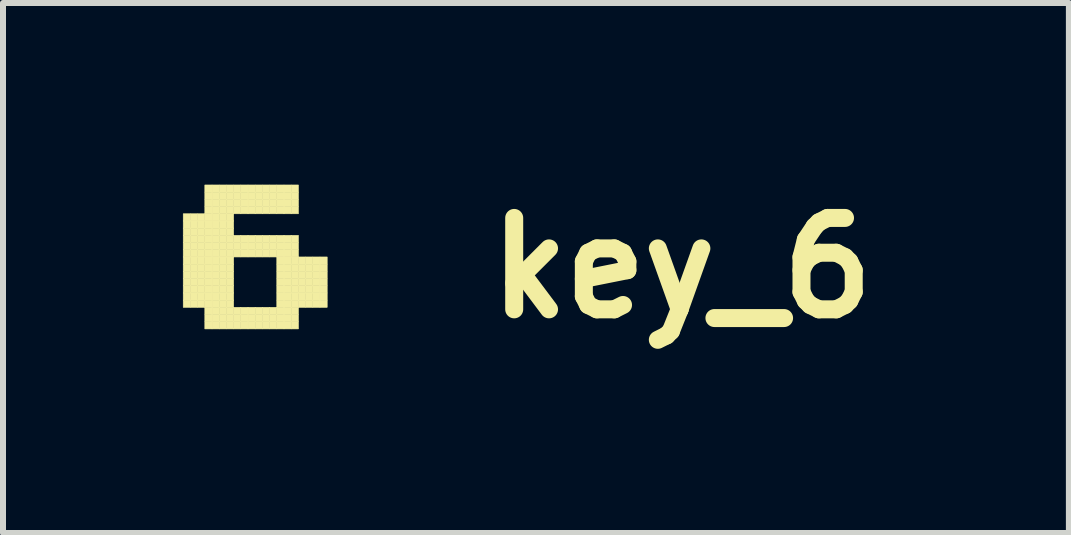
<source format=kicad_pcb>
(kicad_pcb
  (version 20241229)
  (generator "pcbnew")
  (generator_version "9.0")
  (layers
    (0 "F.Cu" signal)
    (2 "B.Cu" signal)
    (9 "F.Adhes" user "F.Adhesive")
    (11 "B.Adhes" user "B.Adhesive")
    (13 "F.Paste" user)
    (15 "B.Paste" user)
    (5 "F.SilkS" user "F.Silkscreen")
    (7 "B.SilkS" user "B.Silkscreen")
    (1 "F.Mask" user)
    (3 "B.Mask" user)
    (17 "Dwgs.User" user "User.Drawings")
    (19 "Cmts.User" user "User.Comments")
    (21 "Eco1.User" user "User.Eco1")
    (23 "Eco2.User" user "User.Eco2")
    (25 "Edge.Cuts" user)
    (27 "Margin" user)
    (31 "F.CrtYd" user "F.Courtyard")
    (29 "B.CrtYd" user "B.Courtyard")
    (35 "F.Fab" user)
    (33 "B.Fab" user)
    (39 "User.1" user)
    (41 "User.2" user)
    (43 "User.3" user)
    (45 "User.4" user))
  (footprint "key_6"
    (layer "F.Cu")
    (at 1.205 1.418)
    (property "Reference" "key_6" (at 7.112 0 0) (layer "F.SilkS") (effects (font (size 1.524 1.524) (thickness 0.3))))
    (attr through_hole)
    (fp_poly (pts (xy -1.2 -0.904) (xy -1.08 -0.904) (xy -1.08 -0.784) (xy -1.2 -0.784) (xy -1.2 -0.904)) (stroke (width 0.01) (type solid)) (fill yes) (layer "F.SilkS"))
    (fp_poly (pts (xy -1.2 -0.784) (xy -1.08 -0.784) (xy -1.08 -0.664) (xy -1.2 -0.664) (xy -1.2 -0.784)) (stroke (width 0.01) (type solid)) (fill yes) (layer "F.SilkS"))
    (fp_poly (pts (xy -1.2 -0.664) (xy -1.08 -0.664) (xy -1.08 -0.544) (xy -1.2 -0.544) (xy -1.2 -0.664)) (stroke (width 0.01) (type solid)) (fill yes) (layer "F.SilkS"))
    (fp_poly (pts (xy -1.2 -0.544) (xy -1.08 -0.544) (xy -1.08 -0.424) (xy -1.2 -0.424) (xy -1.2 -0.544)) (stroke (width 0.01) (type solid)) (fill yes) (layer "F.SilkS"))
    (fp_poly (pts (xy -1.2 -0.424) (xy -1.08 -0.424) (xy -1.08 -0.304) (xy -1.2 -0.304) (xy -1.2 -0.424)) (stroke (width 0.01) (type solid)) (fill yes) (layer "F.SilkS"))
    (fp_poly (pts (xy -1.2 -0.304) (xy -1.08 -0.304) (xy -1.08 -0.184) (xy -1.2 -0.184) (xy -1.2 -0.304)) (stroke (width 0.01) (type solid)) (fill yes) (layer "F.SilkS"))
    (fp_poly (pts (xy -1.2 -0.184) (xy -1.08 -0.184) (xy -1.08 -0.064) (xy -1.2 -0.064) (xy -1.2 -0.184)) (stroke (width 0.01) (type solid)) (fill yes) (layer "F.SilkS"))
    (fp_poly (pts (xy -1.2 -0.064) (xy -1.08 -0.064) (xy -1.08 0.056) (xy -1.2 0.056) (xy -1.2 -0.064)) (stroke (width 0.01) (type solid)) (fill yes) (layer "F.SilkS"))
    (fp_poly (pts (xy -1.2 0.056) (xy -1.08 0.056) (xy -1.08 0.176) (xy -1.2 0.176) (xy -1.2 0.056)) (stroke (width 0.01) (type solid)) (fill yes) (layer "F.SilkS"))
    (fp_poly (pts (xy -1.2 0.176) (xy -1.08 0.176) (xy -1.08 0.296) (xy -1.2 0.296) (xy -1.2 0.176)) (stroke (width 0.01) (type solid)) (fill yes) (layer "F.SilkS"))
    (fp_poly (pts (xy -1.2 0.296) (xy -1.08 0.296) (xy -1.08 0.416) (xy -1.2 0.416) (xy -1.2 0.296)) (stroke (width 0.01) (type solid)) (fill yes) (layer "F.SilkS"))
    (fp_poly (pts (xy -1.2 0.416) (xy -1.08 0.416) (xy -1.08 0.536) (xy -1.2 0.536) (xy -1.2 0.416)) (stroke (width 0.01) (type solid)) (fill yes) (layer "F.SilkS"))
    (fp_poly (pts (xy -1.2 0.536) (xy -1.08 0.536) (xy -1.08 0.656) (xy -1.2 0.656) (xy -1.2 0.536)) (stroke (width 0.01) (type solid)) (fill yes) (layer "F.SilkS"))
    (fp_poly (pts (xy -1.08 -0.904) (xy -0.96 -0.904) (xy -0.96 -0.784) (xy -1.08 -0.784) (xy -1.08 -0.904)) (stroke (width 0.01) (type solid)) (fill yes) (layer "F.SilkS"))
    (fp_poly (pts (xy -1.08 -0.784) (xy -0.96 -0.784) (xy -0.96 -0.664) (xy -1.08 -0.664) (xy -1.08 -0.784)) (stroke (width 0.01) (type solid)) (fill yes) (layer "F.SilkS"))
    (fp_poly (pts (xy -1.08 -0.664) (xy -0.96 -0.664) (xy -0.96 -0.544) (xy -1.08 -0.544) (xy -1.08 -0.664)) (stroke (width 0.01) (type solid)) (fill yes) (layer "F.SilkS"))
    (fp_poly (pts (xy -1.08 -0.544) (xy -0.96 -0.544) (xy -0.96 -0.424) (xy -1.08 -0.424) (xy -1.08 -0.544)) (stroke (width 0.01) (type solid)) (fill yes) (layer "F.SilkS"))
    (fp_poly (pts (xy -1.08 -0.424) (xy -0.96 -0.424) (xy -0.96 -0.304) (xy -1.08 -0.304) (xy -1.08 -0.424)) (stroke (width 0.01) (type solid)) (fill yes) (layer "F.SilkS"))
    (fp_poly (pts (xy -1.08 -0.304) (xy -0.96 -0.304) (xy -0.96 -0.184) (xy -1.08 -0.184) (xy -1.08 -0.304)) (stroke (width 0.01) (type solid)) (fill yes) (layer "F.SilkS"))
    (fp_poly (pts (xy -1.08 -0.184) (xy -0.96 -0.184) (xy -0.96 -0.064) (xy -1.08 -0.064) (xy -1.08 -0.184)) (stroke (width 0.01) (type solid)) (fill yes) (layer "F.SilkS"))
    (fp_poly (pts (xy -1.08 -0.064) (xy -0.96 -0.064) (xy -0.96 0.056) (xy -1.08 0.056) (xy -1.08 -0.064)) (stroke (width 0.01) (type solid)) (fill yes) (layer "F.SilkS"))
    (fp_poly (pts (xy -1.08 0.056) (xy -0.96 0.056) (xy -0.96 0.176) (xy -1.08 0.176) (xy -1.08 0.056)) (stroke (width 0.01) (type solid)) (fill yes) (layer "F.SilkS"))
    (fp_poly (pts (xy -1.08 0.176) (xy -0.96 0.176) (xy -0.96 0.296) (xy -1.08 0.296) (xy -1.08 0.176)) (stroke (width 0.01) (type solid)) (fill yes) (layer "F.SilkS"))
    (fp_poly (pts (xy -1.08 0.296) (xy -0.96 0.296) (xy -0.96 0.416) (xy -1.08 0.416) (xy -1.08 0.296)) (stroke (width 0.01) (type solid)) (fill yes) (layer "F.SilkS"))
    (fp_poly (pts (xy -1.08 0.416) (xy -0.96 0.416) (xy -0.96 0.536) (xy -1.08 0.536) (xy -1.08 0.416)) (stroke (width 0.01) (type solid)) (fill yes) (layer "F.SilkS"))
    (fp_poly (pts (xy -1.08 0.536) (xy -0.96 0.536) (xy -0.96 0.656) (xy -1.08 0.656) (xy -1.08 0.536)) (stroke (width 0.01) (type solid)) (fill yes) (layer "F.SilkS"))
    (fp_poly (pts (xy -0.96 -0.904) (xy -0.84 -0.904) (xy -0.84 -0.784) (xy -0.96 -0.784) (xy -0.96 -0.904)) (stroke (width 0.01) (type solid)) (fill yes) (layer "F.SilkS"))
    (fp_poly (pts (xy -0.96 -0.784) (xy -0.84 -0.784) (xy -0.84 -0.664) (xy -0.96 -0.664) (xy -0.96 -0.784)) (stroke (width 0.01) (type solid)) (fill yes) (layer "F.SilkS"))
    (fp_poly (pts (xy -0.96 -0.664) (xy -0.84 -0.664) (xy -0.84 -0.544) (xy -0.96 -0.544) (xy -0.96 -0.664)) (stroke (width 0.01) (type solid)) (fill yes) (layer "F.SilkS"))
    (fp_poly (pts (xy -0.96 -0.544) (xy -0.84 -0.544) (xy -0.84 -0.424) (xy -0.96 -0.424) (xy -0.96 -0.544)) (stroke (width 0.01) (type solid)) (fill yes) (layer "F.SilkS"))
    (fp_poly (pts (xy -0.96 -0.424) (xy -0.84 -0.424) (xy -0.84 -0.304) (xy -0.96 -0.304) (xy -0.96 -0.424)) (stroke (width 0.01) (type solid)) (fill yes) (layer "F.SilkS"))
    (fp_poly (pts (xy -0.96 -0.304) (xy -0.84 -0.304) (xy -0.84 -0.184) (xy -0.96 -0.184) (xy -0.96 -0.304)) (stroke (width 0.01) (type solid)) (fill yes) (layer "F.SilkS"))
    (fp_poly (pts (xy -0.96 -0.184) (xy -0.84 -0.184) (xy -0.84 -0.064) (xy -0.96 -0.064) (xy -0.96 -0.184)) (stroke (width 0.01) (type solid)) (fill yes) (layer "F.SilkS"))
    (fp_poly (pts (xy -0.96 -0.064) (xy -0.84 -0.064) (xy -0.84 0.056) (xy -0.96 0.056) (xy -0.96 -0.064)) (stroke (width 0.01) (type solid)) (fill yes) (layer "F.SilkS"))
    (fp_poly (pts (xy -0.96 0.056) (xy -0.84 0.056) (xy -0.84 0.176) (xy -0.96 0.176) (xy -0.96 0.056)) (stroke (width 0.01) (type solid)) (fill yes) (layer "F.SilkS"))
    (fp_poly (pts (xy -0.96 0.176) (xy -0.84 0.176) (xy -0.84 0.296) (xy -0.96 0.296) (xy -0.96 0.176)) (stroke (width 0.01) (type solid)) (fill yes) (layer "F.SilkS"))
    (fp_poly (pts (xy -0.96 0.296) (xy -0.84 0.296) (xy -0.84 0.416) (xy -0.96 0.416) (xy -0.96 0.296)) (stroke (width 0.01) (type solid)) (fill yes) (layer "F.SilkS"))
    (fp_poly (pts (xy -0.96 0.416) (xy -0.84 0.416) (xy -0.84 0.536) (xy -0.96 0.536) (xy -0.96 0.416)) (stroke (width 0.01) (type solid)) (fill yes) (layer "F.SilkS"))
    (fp_poly (pts (xy -0.96 0.536) (xy -0.84 0.536) (xy -0.84 0.656) (xy -0.96 0.656) (xy -0.96 0.536)) (stroke (width 0.01) (type solid)) (fill yes) (layer "F.SilkS"))
    (fp_poly (pts (xy -0.84 -1.384) (xy -0.72 -1.384) (xy -0.72 -1.264) (xy -0.84 -1.264) (xy -0.84 -1.384)) (stroke (width 0.01) (type solid)) (fill yes) (layer "F.SilkS"))
    (fp_poly (pts (xy -0.84 -1.264) (xy -0.72 -1.264) (xy -0.72 -1.144) (xy -0.84 -1.144) (xy -0.84 -1.264)) (stroke (width 0.01) (type solid)) (fill yes) (layer "F.SilkS"))
    (fp_poly (pts (xy -0.84 -1.144) (xy -0.72 -1.144) (xy -0.72 -1.024) (xy -0.84 -1.024) (xy -0.84 -1.144)) (stroke (width 0.01) (type solid)) (fill yes) (layer "F.SilkS"))
    (fp_poly (pts (xy -0.84 -1.024) (xy -0.72 -1.024) (xy -0.72 -0.904) (xy -0.84 -0.904) (xy -0.84 -1.024)) (stroke (width 0.01) (type solid)) (fill yes) (layer "F.SilkS"))
    (fp_poly (pts (xy -0.84 -0.904) (xy -0.72 -0.904) (xy -0.72 -0.784) (xy -0.84 -0.784) (xy -0.84 -0.904)) (stroke (width 0.01) (type solid)) (fill yes) (layer "F.SilkS"))
    (fp_poly (pts (xy -0.84 -0.784) (xy -0.72 -0.784) (xy -0.72 -0.664) (xy -0.84 -0.664) (xy -0.84 -0.784)) (stroke (width 0.01) (type solid)) (fill yes) (layer "F.SilkS"))
    (fp_poly (pts (xy -0.84 -0.664) (xy -0.72 -0.664) (xy -0.72 -0.544) (xy -0.84 -0.544) (xy -0.84 -0.664)) (stroke (width 0.01) (type solid)) (fill yes) (layer "F.SilkS"))
    (fp_poly (pts (xy -0.84 -0.544) (xy -0.72 -0.544) (xy -0.72 -0.424) (xy -0.84 -0.424) (xy -0.84 -0.544)) (stroke (width 0.01) (type solid)) (fill yes) (layer "F.SilkS"))
    (fp_poly (pts (xy -0.84 -0.424) (xy -0.72 -0.424) (xy -0.72 -0.304) (xy -0.84 -0.304) (xy -0.84 -0.424)) (stroke (width 0.01) (type solid)) (fill yes) (layer "F.SilkS"))
    (fp_poly (pts (xy -0.84 -0.304) (xy -0.72 -0.304) (xy -0.72 -0.184) (xy -0.84 -0.184) (xy -0.84 -0.304)) (stroke (width 0.01) (type solid)) (fill yes) (layer "F.SilkS"))
    (fp_poly (pts (xy -0.84 -0.184) (xy -0.72 -0.184) (xy -0.72 -0.064) (xy -0.84 -0.064) (xy -0.84 -0.184)) (stroke (width 0.01) (type solid)) (fill yes) (layer "F.SilkS"))
    (fp_poly (pts (xy -0.84 -0.064) (xy -0.72 -0.064) (xy -0.72 0.056) (xy -0.84 0.056) (xy -0.84 -0.064)) (stroke (width 0.01) (type solid)) (fill yes) (layer "F.SilkS"))
    (fp_poly (pts (xy -0.84 0.056) (xy -0.72 0.056) (xy -0.72 0.176) (xy -0.84 0.176) (xy -0.84 0.056)) (stroke (width 0.01) (type solid)) (fill yes) (layer "F.SilkS"))
    (fp_poly (pts (xy -0.84 0.176) (xy -0.72 0.176) (xy -0.72 0.296) (xy -0.84 0.296) (xy -0.84 0.176)) (stroke (width 0.01) (type solid)) (fill yes) (layer "F.SilkS"))
    (fp_poly (pts (xy -0.84 0.296) (xy -0.72 0.296) (xy -0.72 0.416) (xy -0.84 0.416) (xy -0.84 0.296)) (stroke (width 0.01) (type solid)) (fill yes) (layer "F.SilkS"))
    (fp_poly (pts (xy -0.84 0.416) (xy -0.72 0.416) (xy -0.72 0.536) (xy -0.84 0.536) (xy -0.84 0.416)) (stroke (width 0.01) (type solid)) (fill yes) (layer "F.SilkS"))
    (fp_poly (pts (xy -0.84 0.536) (xy -0.72 0.536) (xy -0.72 0.656) (xy -0.84 0.656) (xy -0.84 0.536)) (stroke (width 0.01) (type solid)) (fill yes) (layer "F.SilkS"))
    (fp_poly (pts (xy -0.84 0.656) (xy -0.72 0.656) (xy -0.72 0.776) (xy -0.84 0.776) (xy -0.84 0.656)) (stroke (width 0.01) (type solid)) (fill yes) (layer "F.SilkS"))
    (fp_poly (pts (xy -0.84 0.776) (xy -0.72 0.776) (xy -0.72 0.896) (xy -0.84 0.896) (xy -0.84 0.776)) (stroke (width 0.01) (type solid)) (fill yes) (layer "F.SilkS"))
    (fp_poly (pts (xy -0.84 0.896) (xy -0.72 0.896) (xy -0.72 1.016) (xy -0.84 1.016) (xy -0.84 0.896)) (stroke (width 0.01) (type solid)) (fill yes) (layer "F.SilkS"))
    (fp_poly (pts (xy -0.72 -1.384) (xy -0.6 -1.384) (xy -0.6 -1.264) (xy -0.72 -1.264) (xy -0.72 -1.384)) (stroke (width 0.01) (type solid)) (fill yes) (layer "F.SilkS"))
    (fp_poly (pts (xy -0.72 -1.264) (xy -0.6 -1.264) (xy -0.6 -1.144) (xy -0.72 -1.144) (xy -0.72 -1.264)) (stroke (width 0.01) (type solid)) (fill yes) (layer "F.SilkS"))
    (fp_poly (pts (xy -0.72 -1.144) (xy -0.6 -1.144) (xy -0.6 -1.024) (xy -0.72 -1.024) (xy -0.72 -1.144)) (stroke (width 0.01) (type solid)) (fill yes) (layer "F.SilkS"))
    (fp_poly (pts (xy -0.72 -1.024) (xy -0.6 -1.024) (xy -0.6 -0.904) (xy -0.72 -0.904) (xy -0.72 -1.024)) (stroke (width 0.01) (type solid)) (fill yes) (layer "F.SilkS"))
    (fp_poly (pts (xy -0.72 -0.904) (xy -0.6 -0.904) (xy -0.6 -0.784) (xy -0.72 -0.784) (xy -0.72 -0.904)) (stroke (width 0.01) (type solid)) (fill yes) (layer "F.SilkS"))
    (fp_poly (pts (xy -0.72 -0.784) (xy -0.6 -0.784) (xy -0.6 -0.664) (xy -0.72 -0.664) (xy -0.72 -0.784)) (stroke (width 0.01) (type solid)) (fill yes) (layer "F.SilkS"))
    (fp_poly (pts (xy -0.72 -0.664) (xy -0.6 -0.664) (xy -0.6 -0.544) (xy -0.72 -0.544) (xy -0.72 -0.664)) (stroke (width 0.01) (type solid)) (fill yes) (layer "F.SilkS"))
    (fp_poly (pts (xy -0.72 -0.544) (xy -0.6 -0.544) (xy -0.6 -0.424) (xy -0.72 -0.424) (xy -0.72 -0.544)) (stroke (width 0.01) (type solid)) (fill yes) (layer "F.SilkS"))
    (fp_poly (pts (xy -0.72 -0.424) (xy -0.6 -0.424) (xy -0.6 -0.304) (xy -0.72 -0.304) (xy -0.72 -0.424)) (stroke (width 0.01) (type solid)) (fill yes) (layer "F.SilkS"))
    (fp_poly (pts (xy -0.72 -0.304) (xy -0.6 -0.304) (xy -0.6 -0.184) (xy -0.72 -0.184) (xy -0.72 -0.304)) (stroke (width 0.01) (type solid)) (fill yes) (layer "F.SilkS"))
    (fp_poly (pts (xy -0.72 -0.184) (xy -0.6 -0.184) (xy -0.6 -0.064) (xy -0.72 -0.064) (xy -0.72 -0.184)) (stroke (width 0.01) (type solid)) (fill yes) (layer "F.SilkS"))
    (fp_poly (pts (xy -0.72 -0.064) (xy -0.6 -0.064) (xy -0.6 0.056) (xy -0.72 0.056) (xy -0.72 -0.064)) (stroke (width 0.01) (type solid)) (fill yes) (layer "F.SilkS"))
    (fp_poly (pts (xy -0.72 0.056) (xy -0.6 0.056) (xy -0.6 0.176) (xy -0.72 0.176) (xy -0.72 0.056)) (stroke (width 0.01) (type solid)) (fill yes) (layer "F.SilkS"))
    (fp_poly (pts (xy -0.72 0.176) (xy -0.6 0.176) (xy -0.6 0.296) (xy -0.72 0.296) (xy -0.72 0.176)) (stroke (width 0.01) (type solid)) (fill yes) (layer "F.SilkS"))
    (fp_poly (pts (xy -0.72 0.296) (xy -0.6 0.296) (xy -0.6 0.416) (xy -0.72 0.416) (xy -0.72 0.296)) (stroke (width 0.01) (type solid)) (fill yes) (layer "F.SilkS"))
    (fp_poly (pts (xy -0.72 0.416) (xy -0.6 0.416) (xy -0.6 0.536) (xy -0.72 0.536) (xy -0.72 0.416)) (stroke (width 0.01) (type solid)) (fill yes) (layer "F.SilkS"))
    (fp_poly (pts (xy -0.72 0.536) (xy -0.6 0.536) (xy -0.6 0.656) (xy -0.72 0.656) (xy -0.72 0.536)) (stroke (width 0.01) (type solid)) (fill yes) (layer "F.SilkS"))
    (fp_poly (pts (xy -0.72 0.656) (xy -0.6 0.656) (xy -0.6 0.776) (xy -0.72 0.776) (xy -0.72 0.656)) (stroke (width 0.01) (type solid)) (fill yes) (layer "F.SilkS"))
    (fp_poly (pts (xy -0.72 0.776) (xy -0.6 0.776) (xy -0.6 0.896) (xy -0.72 0.896) (xy -0.72 0.776)) (stroke (width 0.01) (type solid)) (fill yes) (layer "F.SilkS"))
    (fp_poly (pts (xy -0.72 0.896) (xy -0.6 0.896) (xy -0.6 1.016) (xy -0.72 1.016) (xy -0.72 0.896)) (stroke (width 0.01) (type solid)) (fill yes) (layer "F.SilkS"))
    (fp_poly (pts (xy -0.6 -1.384) (xy -0.48 -1.384) (xy -0.48 -1.264) (xy -0.6 -1.264) (xy -0.6 -1.384)) (stroke (width 0.01) (type solid)) (fill yes) (layer "F.SilkS"))
    (fp_poly (pts (xy -0.6 -1.264) (xy -0.48 -1.264) (xy -0.48 -1.144) (xy -0.6 -1.144) (xy -0.6 -1.264)) (stroke (width 0.01) (type solid)) (fill yes) (layer "F.SilkS"))
    (fp_poly (pts (xy -0.6 -1.144) (xy -0.48 -1.144) (xy -0.48 -1.024) (xy -0.6 -1.024) (xy -0.6 -1.144)) (stroke (width 0.01) (type solid)) (fill yes) (layer "F.SilkS"))
    (fp_poly (pts (xy -0.6 -1.024) (xy -0.48 -1.024) (xy -0.48 -0.904) (xy -0.6 -0.904) (xy -0.6 -1.024)) (stroke (width 0.01) (type solid)) (fill yes) (layer "F.SilkS"))
    (fp_poly (pts (xy -0.6 -0.904) (xy -0.48 -0.904) (xy -0.48 -0.784) (xy -0.6 -0.784) (xy -0.6 -0.904)) (stroke (width 0.01) (type solid)) (fill yes) (layer "F.SilkS"))
    (fp_poly (pts (xy -0.6 -0.784) (xy -0.48 -0.784) (xy -0.48 -0.664) (xy -0.6 -0.664) (xy -0.6 -0.784)) (stroke (width 0.01) (type solid)) (fill yes) (layer "F.SilkS"))
    (fp_poly (pts (xy -0.6 -0.664) (xy -0.48 -0.664) (xy -0.48 -0.544) (xy -0.6 -0.544) (xy -0.6 -0.664)) (stroke (width 0.01) (type solid)) (fill yes) (layer "F.SilkS"))
    (fp_poly (pts (xy -0.6 -0.544) (xy -0.48 -0.544) (xy -0.48 -0.424) (xy -0.6 -0.424) (xy -0.6 -0.544)) (stroke (width 0.01) (type solid)) (fill yes) (layer "F.SilkS"))
    (fp_poly (pts (xy -0.6 -0.424) (xy -0.48 -0.424) (xy -0.48 -0.304) (xy -0.6 -0.304) (xy -0.6 -0.424)) (stroke (width 0.01) (type solid)) (fill yes) (layer "F.SilkS"))
    (fp_poly (pts (xy -0.6 -0.304) (xy -0.48 -0.304) (xy -0.48 -0.184) (xy -0.6 -0.184) (xy -0.6 -0.304)) (stroke (width 0.01) (type solid)) (fill yes) (layer "F.SilkS"))
    (fp_poly (pts (xy -0.6 -0.184) (xy -0.48 -0.184) (xy -0.48 -0.064) (xy -0.6 -0.064) (xy -0.6 -0.184)) (stroke (width 0.01) (type solid)) (fill yes) (layer "F.SilkS"))
    (fp_poly (pts (xy -0.6 -0.064) (xy -0.48 -0.064) (xy -0.48 0.056) (xy -0.6 0.056) (xy -0.6 -0.064)) (stroke (width 0.01) (type solid)) (fill yes) (layer "F.SilkS"))
    (fp_poly (pts (xy -0.6 0.056) (xy -0.48 0.056) (xy -0.48 0.176) (xy -0.6 0.176) (xy -0.6 0.056)) (stroke (width 0.01) (type solid)) (fill yes) (layer "F.SilkS"))
    (fp_poly (pts (xy -0.6 0.176) (xy -0.48 0.176) (xy -0.48 0.296) (xy -0.6 0.296) (xy -0.6 0.176)) (stroke (width 0.01) (type solid)) (fill yes) (layer "F.SilkS"))
    (fp_poly (pts (xy -0.6 0.296) (xy -0.48 0.296) (xy -0.48 0.416) (xy -0.6 0.416) (xy -0.6 0.296)) (stroke (width 0.01) (type solid)) (fill yes) (layer "F.SilkS"))
    (fp_poly (pts (xy -0.6 0.416) (xy -0.48 0.416) (xy -0.48 0.536) (xy -0.6 0.536) (xy -0.6 0.416)) (stroke (width 0.01) (type solid)) (fill yes) (layer "F.SilkS"))
    (fp_poly (pts (xy -0.6 0.536) (xy -0.48 0.536) (xy -0.48 0.656) (xy -0.6 0.656) (xy -0.6 0.536)) (stroke (width 0.01) (type solid)) (fill yes) (layer "F.SilkS"))
    (fp_poly (pts (xy -0.6 0.656) (xy -0.48 0.656) (xy -0.48 0.776) (xy -0.6 0.776) (xy -0.6 0.656)) (stroke (width 0.01) (type solid)) (fill yes) (layer "F.SilkS"))
    (fp_poly (pts (xy -0.6 0.776) (xy -0.48 0.776) (xy -0.48 0.896) (xy -0.6 0.896) (xy -0.6 0.776)) (stroke (width 0.01) (type solid)) (fill yes) (layer "F.SilkS"))
    (fp_poly (pts (xy -0.6 0.896) (xy -0.48 0.896) (xy -0.48 1.016) (xy -0.6 1.016) (xy -0.6 0.896)) (stroke (width 0.01) (type solid)) (fill yes) (layer "F.SilkS"))
    (fp_poly (pts (xy -0.48 -1.384) (xy -0.36 -1.384) (xy -0.36 -1.264) (xy -0.48 -1.264) (xy -0.48 -1.384)) (stroke (width 0.01) (type solid)) (fill yes) (layer "F.SilkS"))
    (fp_poly (pts (xy -0.48 -1.264) (xy -0.36 -1.264) (xy -0.36 -1.144) (xy -0.48 -1.144) (xy -0.48 -1.264)) (stroke (width 0.01) (type solid)) (fill yes) (layer "F.SilkS"))
    (fp_poly (pts (xy -0.48 -1.144) (xy -0.36 -1.144) (xy -0.36 -1.024) (xy -0.48 -1.024) (xy -0.48 -1.144)) (stroke (width 0.01) (type solid)) (fill yes) (layer "F.SilkS"))
    (fp_poly (pts (xy -0.48 -1.024) (xy -0.36 -1.024) (xy -0.36 -0.904) (xy -0.48 -0.904) (xy -0.48 -1.024)) (stroke (width 0.01) (type solid)) (fill yes) (layer "F.SilkS"))
    (fp_poly (pts (xy -0.48 -0.904) (xy -0.36 -0.904) (xy -0.36 -0.784) (xy -0.48 -0.784) (xy -0.48 -0.904)) (stroke (width 0.01) (type solid)) (fill yes) (layer "F.SilkS"))
    (fp_poly (pts (xy -0.48 -0.784) (xy -0.36 -0.784) (xy -0.36 -0.664) (xy -0.48 -0.664) (xy -0.48 -0.784)) (stroke (width 0.01) (type solid)) (fill yes) (layer "F.SilkS"))
    (fp_poly (pts (xy -0.48 -0.664) (xy -0.36 -0.664) (xy -0.36 -0.544) (xy -0.48 -0.544) (xy -0.48 -0.664)) (stroke (width 0.01) (type solid)) (fill yes) (layer "F.SilkS"))
    (fp_poly (pts (xy -0.48 -0.544) (xy -0.36 -0.544) (xy -0.36 -0.424) (xy -0.48 -0.424) (xy -0.48 -0.544)) (stroke (width 0.01) (type solid)) (fill yes) (layer "F.SilkS"))
    (fp_poly (pts (xy -0.48 -0.424) (xy -0.36 -0.424) (xy -0.36 -0.304) (xy -0.48 -0.304) (xy -0.48 -0.424)) (stroke (width 0.01) (type solid)) (fill yes) (layer "F.SilkS"))
    (fp_poly (pts (xy -0.48 -0.304) (xy -0.36 -0.304) (xy -0.36 -0.184) (xy -0.48 -0.184) (xy -0.48 -0.304)) (stroke (width 0.01) (type solid)) (fill yes) (layer "F.SilkS"))
    (fp_poly (pts (xy -0.48 -0.184) (xy -0.36 -0.184) (xy -0.36 -0.064) (xy -0.48 -0.064) (xy -0.48 -0.184)) (stroke (width 0.01) (type solid)) (fill yes) (layer "F.SilkS"))
    (fp_poly (pts (xy -0.48 -0.064) (xy -0.36 -0.064) (xy -0.36 0.056) (xy -0.48 0.056) (xy -0.48 -0.064)) (stroke (width 0.01) (type solid)) (fill yes) (layer "F.SilkS"))
    (fp_poly (pts (xy -0.48 0.056) (xy -0.36 0.056) (xy -0.36 0.176) (xy -0.48 0.176) (xy -0.48 0.056)) (stroke (width 0.01) (type solid)) (fill yes) (layer "F.SilkS"))
    (fp_poly (pts (xy -0.48 0.176) (xy -0.36 0.176) (xy -0.36 0.296) (xy -0.48 0.296) (xy -0.48 0.176)) (stroke (width 0.01) (type solid)) (fill yes) (layer "F.SilkS"))
    (fp_poly (pts (xy -0.48 0.296) (xy -0.36 0.296) (xy -0.36 0.416) (xy -0.48 0.416) (xy -0.48 0.296)) (stroke (width 0.01) (type solid)) (fill yes) (layer "F.SilkS"))
    (fp_poly (pts (xy -0.48 0.416) (xy -0.36 0.416) (xy -0.36 0.536) (xy -0.48 0.536) (xy -0.48 0.416)) (stroke (width 0.01) (type solid)) (fill yes) (layer "F.SilkS"))
    (fp_poly (pts (xy -0.48 0.536) (xy -0.36 0.536) (xy -0.36 0.656) (xy -0.48 0.656) (xy -0.48 0.536)) (stroke (width 0.01) (type solid)) (fill yes) (layer "F.SilkS"))
    (fp_poly (pts (xy -0.48 0.656) (xy -0.36 0.656) (xy -0.36 0.776) (xy -0.48 0.776) (xy -0.48 0.656)) (stroke (width 0.01) (type solid)) (fill yes) (layer "F.SilkS"))
    (fp_poly (pts (xy -0.48 0.776) (xy -0.36 0.776) (xy -0.36 0.896) (xy -0.48 0.896) (xy -0.48 0.776)) (stroke (width 0.01) (type solid)) (fill yes) (layer "F.SilkS"))
    (fp_poly (pts (xy -0.48 0.896) (xy -0.36 0.896) (xy -0.36 1.016) (xy -0.48 1.016) (xy -0.48 0.896)) (stroke (width 0.01) (type solid)) (fill yes) (layer "F.SilkS"))
    (fp_poly (pts (xy -0.36 -1.384) (xy -0.24 -1.384) (xy -0.24 -1.264) (xy -0.36 -1.264) (xy -0.36 -1.384)) (stroke (width 0.01) (type solid)) (fill yes) (layer "F.SilkS"))
    (fp_poly (pts (xy -0.36 -1.264) (xy -0.24 -1.264) (xy -0.24 -1.144) (xy -0.36 -1.144) (xy -0.36 -1.264)) (stroke (width 0.01) (type solid)) (fill yes) (layer "F.SilkS"))
    (fp_poly (pts (xy -0.36 -1.144) (xy -0.24 -1.144) (xy -0.24 -1.024) (xy -0.36 -1.024) (xy -0.36 -1.144)) (stroke (width 0.01) (type solid)) (fill yes) (layer "F.SilkS"))
    (fp_poly (pts (xy -0.36 -1.024) (xy -0.24 -1.024) (xy -0.24 -0.904) (xy -0.36 -0.904) (xy -0.36 -1.024)) (stroke (width 0.01) (type solid)) (fill yes) (layer "F.SilkS"))
    (fp_poly (pts (xy -0.36 -0.544) (xy -0.24 -0.544) (xy -0.24 -0.424) (xy -0.36 -0.424) (xy -0.36 -0.544)) (stroke (width 0.01) (type solid)) (fill yes) (layer "F.SilkS"))
    (fp_poly (pts (xy -0.36 -0.424) (xy -0.24 -0.424) (xy -0.24 -0.304) (xy -0.36 -0.304) (xy -0.36 -0.424)) (stroke (width 0.01) (type solid)) (fill yes) (layer "F.SilkS"))
    (fp_poly (pts (xy -0.36 -0.304) (xy -0.24 -0.304) (xy -0.24 -0.184) (xy -0.36 -0.184) (xy -0.36 -0.304)) (stroke (width 0.01) (type solid)) (fill yes) (layer "F.SilkS"))
    (fp_poly (pts (xy -0.36 0.656) (xy -0.24 0.656) (xy -0.24 0.776) (xy -0.36 0.776) (xy -0.36 0.656)) (stroke (width 0.01) (type solid)) (fill yes) (layer "F.SilkS"))
    (fp_poly (pts (xy -0.36 0.776) (xy -0.24 0.776) (xy -0.24 0.896) (xy -0.36 0.896) (xy -0.36 0.776)) (stroke (width 0.01) (type solid)) (fill yes) (layer "F.SilkS"))
    (fp_poly (pts (xy -0.36 0.896) (xy -0.24 0.896) (xy -0.24 1.016) (xy -0.36 1.016) (xy -0.36 0.896)) (stroke (width 0.01) (type solid)) (fill yes) (layer "F.SilkS"))
    (fp_poly (pts (xy -0.24 -1.384) (xy -0.12 -1.384) (xy -0.12 -1.264) (xy -0.24 -1.264) (xy -0.24 -1.384)) (stroke (width 0.01) (type solid)) (fill yes) (layer "F.SilkS"))
    (fp_poly (pts (xy -0.24 -1.264) (xy -0.12 -1.264) (xy -0.12 -1.144) (xy -0.24 -1.144) (xy -0.24 -1.264)) (stroke (width 0.01) (type solid)) (fill yes) (layer "F.SilkS"))
    (fp_poly (pts (xy -0.24 -1.144) (xy -0.12 -1.144) (xy -0.12 -1.024) (xy -0.24 -1.024) (xy -0.24 -1.144)) (stroke (width 0.01) (type solid)) (fill yes) (layer "F.SilkS"))
    (fp_poly (pts (xy -0.24 -1.024) (xy -0.12 -1.024) (xy -0.12 -0.904) (xy -0.24 -0.904) (xy -0.24 -1.024)) (stroke (width 0.01) (type solid)) (fill yes) (layer "F.SilkS"))
    (fp_poly (pts (xy -0.24 -0.544) (xy -0.12 -0.544) (xy -0.12 -0.424) (xy -0.24 -0.424) (xy -0.24 -0.544)) (stroke (width 0.01) (type solid)) (fill yes) (layer "F.SilkS"))
    (fp_poly (pts (xy -0.24 -0.424) (xy -0.12 -0.424) (xy -0.12 -0.304) (xy -0.24 -0.304) (xy -0.24 -0.424)) (stroke (width 0.01) (type solid)) (fill yes) (layer "F.SilkS"))
    (fp_poly (pts (xy -0.24 -0.304) (xy -0.12 -0.304) (xy -0.12 -0.184) (xy -0.24 -0.184) (xy -0.24 -0.304)) (stroke (width 0.01) (type solid)) (fill yes) (layer "F.SilkS"))
    (fp_poly (pts (xy -0.24 0.656) (xy -0.12 0.656) (xy -0.12 0.776) (xy -0.24 0.776) (xy -0.24 0.656)) (stroke (width 0.01) (type solid)) (fill yes) (layer "F.SilkS"))
    (fp_poly (pts (xy -0.24 0.776) (xy -0.12 0.776) (xy -0.12 0.896) (xy -0.24 0.896) (xy -0.24 0.776)) (stroke (width 0.01) (type solid)) (fill yes) (layer "F.SilkS"))
    (fp_poly (pts (xy -0.24 0.896) (xy -0.12 0.896) (xy -0.12 1.016) (xy -0.24 1.016) (xy -0.24 0.896)) (stroke (width 0.01) (type solid)) (fill yes) (layer "F.SilkS"))
    (fp_poly (pts (xy -0.12 -1.384) (xy 0 -1.384) (xy 0 -1.264) (xy -0.12 -1.264) (xy -0.12 -1.384)) (stroke (width 0.01) (type solid)) (fill yes) (layer "F.SilkS"))
    (fp_poly (pts (xy -0.12 -1.264) (xy 0 -1.264) (xy 0 -1.144) (xy -0.12 -1.144) (xy -0.12 -1.264)) (stroke (width 0.01) (type solid)) (fill yes) (layer "F.SilkS"))
    (fp_poly (pts (xy -0.12 -1.144) (xy 0 -1.144) (xy 0 -1.024) (xy -0.12 -1.024) (xy -0.12 -1.144)) (stroke (width 0.01) (type solid)) (fill yes) (layer "F.SilkS"))
    (fp_poly (pts (xy -0.12 -1.024) (xy 0 -1.024) (xy 0 -0.904) (xy -0.12 -0.904) (xy -0.12 -1.024)) (stroke (width 0.01) (type solid)) (fill yes) (layer "F.SilkS"))
    (fp_poly (pts (xy -0.12 -0.544) (xy 0 -0.544) (xy 0 -0.424) (xy -0.12 -0.424) (xy -0.12 -0.544)) (stroke (width 0.01) (type solid)) (fill yes) (layer "F.SilkS"))
    (fp_poly (pts (xy -0.12 -0.424) (xy 0 -0.424) (xy 0 -0.304) (xy -0.12 -0.304) (xy -0.12 -0.424)) (stroke (width 0.01) (type solid)) (fill yes) (layer "F.SilkS"))
    (fp_poly (pts (xy -0.12 -0.304) (xy 0 -0.304) (xy 0 -0.184) (xy -0.12 -0.184) (xy -0.12 -0.304)) (stroke (width 0.01) (type solid)) (fill yes) (layer "F.SilkS"))
    (fp_poly (pts (xy -0.12 0.656) (xy 0 0.656) (xy 0 0.776) (xy -0.12 0.776) (xy -0.12 0.656)) (stroke (width 0.01) (type solid)) (fill yes) (layer "F.SilkS"))
    (fp_poly (pts (xy -0.12 0.776) (xy 0 0.776) (xy 0 0.896) (xy -0.12 0.896) (xy -0.12 0.776)) (stroke (width 0.01) (type solid)) (fill yes) (layer "F.SilkS"))
    (fp_poly (pts (xy -0.12 0.896) (xy 0 0.896) (xy 0 1.016) (xy -0.12 1.016) (xy -0.12 0.896)) (stroke (width 0.01) (type solid)) (fill yes) (layer "F.SilkS"))
    (fp_poly (pts (xy 0 -1.384) (xy 0.12 -1.384) (xy 0.12 -1.264) (xy 0 -1.264) (xy 0 -1.384)) (stroke (width 0.01) (type solid)) (fill yes) (layer "F.SilkS"))
    (fp_poly (pts (xy 0 -1.264) (xy 0.12 -1.264) (xy 0.12 -1.144) (xy 0 -1.144) (xy 0 -1.264)) (stroke (width 0.01) (type solid)) (fill yes) (layer "F.SilkS"))
    (fp_poly (pts (xy 0 -1.144) (xy 0.12 -1.144) (xy 0.12 -1.024) (xy 0 -1.024) (xy 0 -1.144)) (stroke (width 0.01) (type solid)) (fill yes) (layer "F.SilkS"))
    (fp_poly (pts (xy 0 -1.024) (xy 0.12 -1.024) (xy 0.12 -0.904) (xy 0 -0.904) (xy 0 -1.024)) (stroke (width 0.01) (type solid)) (fill yes) (layer "F.SilkS"))
    (fp_poly (pts (xy 0 -0.544) (xy 0.12 -0.544) (xy 0.12 -0.424) (xy 0 -0.424) (xy 0 -0.544)) (stroke (width 0.01) (type solid)) (fill yes) (layer "F.SilkS"))
    (fp_poly (pts (xy 0 -0.424) (xy 0.12 -0.424) (xy 0.12 -0.304) (xy 0 -0.304) (xy 0 -0.424)) (stroke (width 0.01) (type solid)) (fill yes) (layer "F.SilkS"))
    (fp_poly (pts (xy 0 -0.304) (xy 0.12 -0.304) (xy 0.12 -0.184) (xy 0 -0.184) (xy 0 -0.304)) (stroke (width 0.01) (type solid)) (fill yes) (layer "F.SilkS"))
    (fp_poly (pts (xy 0 0.656) (xy 0.12 0.656) (xy 0.12 0.776) (xy 0 0.776) (xy 0 0.656)) (stroke (width 0.01) (type solid)) (fill yes) (layer "F.SilkS"))
    (fp_poly (pts (xy 0 0.776) (xy 0.12 0.776) (xy 0.12 0.896) (xy 0 0.896) (xy 0 0.776)) (stroke (width 0.01) (type solid)) (fill yes) (layer "F.SilkS"))
    (fp_poly (pts (xy 0 0.896) (xy 0.12 0.896) (xy 0.12 1.016) (xy 0 1.016) (xy 0 0.896)) (stroke (width 0.01) (type solid)) (fill yes) (layer "F.SilkS"))
    (fp_poly (pts (xy 0.12 -1.384) (xy 0.24 -1.384) (xy 0.24 -1.264) (xy 0.12 -1.264) (xy 0.12 -1.384)) (stroke (width 0.01) (type solid)) (fill yes) (layer "F.SilkS"))
    (fp_poly (pts (xy 0.12 -1.264) (xy 0.24 -1.264) (xy 0.24 -1.144) (xy 0.12 -1.144) (xy 0.12 -1.264)) (stroke (width 0.01) (type solid)) (fill yes) (layer "F.SilkS"))
    (fp_poly (pts (xy 0.12 -1.144) (xy 0.24 -1.144) (xy 0.24 -1.024) (xy 0.12 -1.024) (xy 0.12 -1.144)) (stroke (width 0.01) (type solid)) (fill yes) (layer "F.SilkS"))
    (fp_poly (pts (xy 0.12 -1.024) (xy 0.24 -1.024) (xy 0.24 -0.904) (xy 0.12 -0.904) (xy 0.12 -1.024)) (stroke (width 0.01) (type solid)) (fill yes) (layer "F.SilkS"))
    (fp_poly (pts (xy 0.12 -0.544) (xy 0.24 -0.544) (xy 0.24 -0.424) (xy 0.12 -0.424) (xy 0.12 -0.544)) (stroke (width 0.01) (type solid)) (fill yes) (layer "F.SilkS"))
    (fp_poly (pts (xy 0.12 -0.424) (xy 0.24 -0.424) (xy 0.24 -0.304) (xy 0.12 -0.304) (xy 0.12 -0.424)) (stroke (width 0.01) (type solid)) (fill yes) (layer "F.SilkS"))
    (fp_poly (pts (xy 0.12 -0.304) (xy 0.24 -0.304) (xy 0.24 -0.184) (xy 0.12 -0.184) (xy 0.12 -0.304)) (stroke (width 0.01) (type solid)) (fill yes) (layer "F.SilkS"))
    (fp_poly (pts (xy 0.12 0.656) (xy 0.24 0.656) (xy 0.24 0.776) (xy 0.12 0.776) (xy 0.12 0.656)) (stroke (width 0.01) (type solid)) (fill yes) (layer "F.SilkS"))
    (fp_poly (pts (xy 0.12 0.776) (xy 0.24 0.776) (xy 0.24 0.896) (xy 0.12 0.896) (xy 0.12 0.776)) (stroke (width 0.01) (type solid)) (fill yes) (layer "F.SilkS"))
    (fp_poly (pts (xy 0.12 0.896) (xy 0.24 0.896) (xy 0.24 1.016) (xy 0.12 1.016) (xy 0.12 0.896)) (stroke (width 0.01) (type solid)) (fill yes) (layer "F.SilkS"))
    (fp_poly (pts (xy 0.24 -1.384) (xy 0.36 -1.384) (xy 0.36 -1.264) (xy 0.24 -1.264) (xy 0.24 -1.384)) (stroke (width 0.01) (type solid)) (fill yes) (layer "F.SilkS"))
    (fp_poly (pts (xy 0.24 -1.264) (xy 0.36 -1.264) (xy 0.36 -1.144) (xy 0.24 -1.144) (xy 0.24 -1.264)) (stroke (width 0.01) (type solid)) (fill yes) (layer "F.SilkS"))
    (fp_poly (pts (xy 0.24 -1.144) (xy 0.36 -1.144) (xy 0.36 -1.024) (xy 0.24 -1.024) (xy 0.24 -1.144)) (stroke (width 0.01) (type solid)) (fill yes) (layer "F.SilkS"))
    (fp_poly (pts (xy 0.24 -1.024) (xy 0.36 -1.024) (xy 0.36 -0.904) (xy 0.24 -0.904) (xy 0.24 -1.024)) (stroke (width 0.01) (type solid)) (fill yes) (layer "F.SilkS"))
    (fp_poly (pts (xy 0.24 -0.544) (xy 0.36 -0.544) (xy 0.36 -0.424) (xy 0.24 -0.424) (xy 0.24 -0.544)) (stroke (width 0.01) (type solid)) (fill yes) (layer "F.SilkS"))
    (fp_poly (pts (xy 0.24 -0.424) (xy 0.36 -0.424) (xy 0.36 -0.304) (xy 0.24 -0.304) (xy 0.24 -0.424)) (stroke (width 0.01) (type solid)) (fill yes) (layer "F.SilkS"))
    (fp_poly (pts (xy 0.24 -0.304) (xy 0.36 -0.304) (xy 0.36 -0.184) (xy 0.24 -0.184) (xy 0.24 -0.304)) (stroke (width 0.01) (type solid)) (fill yes) (layer "F.SilkS"))
    (fp_poly (pts (xy 0.24 0.656) (xy 0.36 0.656) (xy 0.36 0.776) (xy 0.24 0.776) (xy 0.24 0.656)) (stroke (width 0.01) (type solid)) (fill yes) (layer "F.SilkS"))
    (fp_poly (pts (xy 0.24 0.776) (xy 0.36 0.776) (xy 0.36 0.896) (xy 0.24 0.896) (xy 0.24 0.776)) (stroke (width 0.01) (type solid)) (fill yes) (layer "F.SilkS"))
    (fp_poly (pts (xy 0.24 0.896) (xy 0.36 0.896) (xy 0.36 1.016) (xy 0.24 1.016) (xy 0.24 0.896)) (stroke (width 0.01) (type solid)) (fill yes) (layer "F.SilkS"))
    (fp_poly (pts (xy 0.36 -1.384) (xy 0.48 -1.384) (xy 0.48 -1.264) (xy 0.36 -1.264) (xy 0.36 -1.384)) (stroke (width 0.01) (type solid)) (fill yes) (layer "F.SilkS"))
    (fp_poly (pts (xy 0.36 -1.264) (xy 0.48 -1.264) (xy 0.48 -1.144) (xy 0.36 -1.144) (xy 0.36 -1.264)) (stroke (width 0.01) (type solid)) (fill yes) (layer "F.SilkS"))
    (fp_poly (pts (xy 0.36 -1.144) (xy 0.48 -1.144) (xy 0.48 -1.024) (xy 0.36 -1.024) (xy 0.36 -1.144)) (stroke (width 0.01) (type solid)) (fill yes) (layer "F.SilkS"))
    (fp_poly (pts (xy 0.36 -1.024) (xy 0.48 -1.024) (xy 0.48 -0.904) (xy 0.36 -0.904) (xy 0.36 -1.024)) (stroke (width 0.01) (type solid)) (fill yes) (layer "F.SilkS"))
    (fp_poly (pts (xy 0.36 -0.544) (xy 0.48 -0.544) (xy 0.48 -0.424) (xy 0.36 -0.424) (xy 0.36 -0.544)) (stroke (width 0.01) (type solid)) (fill yes) (layer "F.SilkS"))
    (fp_poly (pts (xy 0.36 -0.424) (xy 0.48 -0.424) (xy 0.48 -0.304) (xy 0.36 -0.304) (xy 0.36 -0.424)) (stroke (width 0.01) (type solid)) (fill yes) (layer "F.SilkS"))
    (fp_poly (pts (xy 0.36 -0.304) (xy 0.48 -0.304) (xy 0.48 -0.184) (xy 0.36 -0.184) (xy 0.36 -0.304)) (stroke (width 0.01) (type solid)) (fill yes) (layer "F.SilkS"))
    (fp_poly (pts (xy 0.36 -0.184) (xy 0.48 -0.184) (xy 0.48 -0.064) (xy 0.36 -0.064) (xy 0.36 -0.184)) (stroke (width 0.01) (type solid)) (fill yes) (layer "F.SilkS"))
    (fp_poly (pts (xy 0.36 -0.064) (xy 0.48 -0.064) (xy 0.48 0.056) (xy 0.36 0.056) (xy 0.36 -0.064)) (stroke (width 0.01) (type solid)) (fill yes) (layer "F.SilkS"))
    (fp_poly (pts (xy 0.36 0.056) (xy 0.48 0.056) (xy 0.48 0.176) (xy 0.36 0.176) (xy 0.36 0.056)) (stroke (width 0.01) (type solid)) (fill yes) (layer "F.SilkS"))
    (fp_poly (pts (xy 0.36 0.176) (xy 0.48 0.176) (xy 0.48 0.296) (xy 0.36 0.296) (xy 0.36 0.176)) (stroke (width 0.01) (type solid)) (fill yes) (layer "F.SilkS"))
    (fp_poly (pts (xy 0.36 0.296) (xy 0.48 0.296) (xy 0.48 0.416) (xy 0.36 0.416) (xy 0.36 0.296)) (stroke (width 0.01) (type solid)) (fill yes) (layer "F.SilkS"))
    (fp_poly (pts (xy 0.36 0.416) (xy 0.48 0.416) (xy 0.48 0.536) (xy 0.36 0.536) (xy 0.36 0.416)) (stroke (width 0.01) (type solid)) (fill yes) (layer "F.SilkS"))
    (fp_poly (pts (xy 0.36 0.536) (xy 0.48 0.536) (xy 0.48 0.656) (xy 0.36 0.656) (xy 0.36 0.536)) (stroke (width 0.01) (type solid)) (fill yes) (layer "F.SilkS"))
    (fp_poly (pts (xy 0.36 0.656) (xy 0.48 0.656) (xy 0.48 0.776) (xy 0.36 0.776) (xy 0.36 0.656)) (stroke (width 0.01) (type solid)) (fill yes) (layer "F.SilkS"))
    (fp_poly (pts (xy 0.36 0.776) (xy 0.48 0.776) (xy 0.48 0.896) (xy 0.36 0.896) (xy 0.36 0.776)) (stroke (width 0.01) (type solid)) (fill yes) (layer "F.SilkS"))
    (fp_poly (pts (xy 0.36 0.896) (xy 0.48 0.896) (xy 0.48 1.016) (xy 0.36 1.016) (xy 0.36 0.896)) (stroke (width 0.01) (type solid)) (fill yes) (layer "F.SilkS"))
    (fp_poly (pts (xy 0.48 -1.384) (xy 0.6 -1.384) (xy 0.6 -1.264) (xy 0.48 -1.264) (xy 0.48 -1.384)) (stroke (width 0.01) (type solid)) (fill yes) (layer "F.SilkS"))
    (fp_poly (pts (xy 0.48 -1.264) (xy 0.6 -1.264) (xy 0.6 -1.144) (xy 0.48 -1.144) (xy 0.48 -1.264)) (stroke (width 0.01) (type solid)) (fill yes) (layer "F.SilkS"))
    (fp_poly (pts (xy 0.48 -1.144) (xy 0.6 -1.144) (xy 0.6 -1.024) (xy 0.48 -1.024) (xy 0.48 -1.144)) (stroke (width 0.01) (type solid)) (fill yes) (layer "F.SilkS"))
    (fp_poly (pts (xy 0.48 -1.024) (xy 0.6 -1.024) (xy 0.6 -0.904) (xy 0.48 -0.904) (xy 0.48 -1.024)) (stroke (width 0.01) (type solid)) (fill yes) (layer "F.SilkS"))
    (fp_poly (pts (xy 0.48 -0.544) (xy 0.6 -0.544) (xy 0.6 -0.424) (xy 0.48 -0.424) (xy 0.48 -0.544)) (stroke (width 0.01) (type solid)) (fill yes) (layer "F.SilkS"))
    (fp_poly (pts (xy 0.48 -0.424) (xy 0.6 -0.424) (xy 0.6 -0.304) (xy 0.48 -0.304) (xy 0.48 -0.424)) (stroke (width 0.01) (type solid)) (fill yes) (layer "F.SilkS"))
    (fp_poly (pts (xy 0.48 -0.304) (xy 0.6 -0.304) (xy 0.6 -0.184) (xy 0.48 -0.184) (xy 0.48 -0.304)) (stroke (width 0.01) (type solid)) (fill yes) (layer "F.SilkS"))
    (fp_poly (pts (xy 0.48 -0.184) (xy 0.6 -0.184) (xy 0.6 -0.064) (xy 0.48 -0.064) (xy 0.48 -0.184)) (stroke (width 0.01) (type solid)) (fill yes) (layer "F.SilkS"))
    (fp_poly (pts (xy 0.48 -0.064) (xy 0.6 -0.064) (xy 0.6 0.056) (xy 0.48 0.056) (xy 0.48 -0.064)) (stroke (width 0.01) (type solid)) (fill yes) (layer "F.SilkS"))
    (fp_poly (pts (xy 0.48 0.056) (xy 0.6 0.056) (xy 0.6 0.176) (xy 0.48 0.176) (xy 0.48 0.056)) (stroke (width 0.01) (type solid)) (fill yes) (layer "F.SilkS"))
    (fp_poly (pts (xy 0.48 0.176) (xy 0.6 0.176) (xy 0.6 0.296) (xy 0.48 0.296) (xy 0.48 0.176)) (stroke (width 0.01) (type solid)) (fill yes) (layer "F.SilkS"))
    (fp_poly (pts (xy 0.48 0.296) (xy 0.6 0.296) (xy 0.6 0.416) (xy 0.48 0.416) (xy 0.48 0.296)) (stroke (width 0.01) (type solid)) (fill yes) (layer "F.SilkS"))
    (fp_poly (pts (xy 0.48 0.416) (xy 0.6 0.416) (xy 0.6 0.536) (xy 0.48 0.536) (xy 0.48 0.416)) (stroke (width 0.01) (type solid)) (fill yes) (layer "F.SilkS"))
    (fp_poly (pts (xy 0.48 0.536) (xy 0.6 0.536) (xy 0.6 0.656) (xy 0.48 0.656) (xy 0.48 0.536)) (stroke (width 0.01) (type solid)) (fill yes) (layer "F.SilkS"))
    (fp_poly (pts (xy 0.48 0.656) (xy 0.6 0.656) (xy 0.6 0.776) (xy 0.48 0.776) (xy 0.48 0.656)) (stroke (width 0.01) (type solid)) (fill yes) (layer "F.SilkS"))
    (fp_poly (pts (xy 0.48 0.776) (xy 0.6 0.776) (xy 0.6 0.896) (xy 0.48 0.896) (xy 0.48 0.776)) (stroke (width 0.01) (type solid)) (fill yes) (layer "F.SilkS"))
    (fp_poly (pts (xy 0.48 0.896) (xy 0.6 0.896) (xy 0.6 1.016) (xy 0.48 1.016) (xy 0.48 0.896)) (stroke (width 0.01) (type solid)) (fill yes) (layer "F.SilkS"))
    (fp_poly (pts (xy 0.6 -1.384) (xy 0.72 -1.384) (xy 0.72 -1.264) (xy 0.6 -1.264) (xy 0.6 -1.384)) (stroke (width 0.01) (type solid)) (fill yes) (layer "F.SilkS"))
    (fp_poly (pts (xy 0.6 -1.264) (xy 0.72 -1.264) (xy 0.72 -1.144) (xy 0.6 -1.144) (xy 0.6 -1.264)) (stroke (width 0.01) (type solid)) (fill yes) (layer "F.SilkS"))
    (fp_poly (pts (xy 0.6 -1.144) (xy 0.72 -1.144) (xy 0.72 -1.024) (xy 0.6 -1.024) (xy 0.6 -1.144)) (stroke (width 0.01) (type solid)) (fill yes) (layer "F.SilkS"))
    (fp_poly (pts (xy 0.6 -1.024) (xy 0.72 -1.024) (xy 0.72 -0.904) (xy 0.6 -0.904) (xy 0.6 -1.024)) (stroke (width 0.01) (type solid)) (fill yes) (layer "F.SilkS"))
    (fp_poly (pts (xy 0.6 -0.544) (xy 0.72 -0.544) (xy 0.72 -0.424) (xy 0.6 -0.424) (xy 0.6 -0.544)) (stroke (width 0.01) (type solid)) (fill yes) (layer "F.SilkS"))
    (fp_poly (pts (xy 0.6 -0.424) (xy 0.72 -0.424) (xy 0.72 -0.304) (xy 0.6 -0.304) (xy 0.6 -0.424)) (stroke (width 0.01) (type solid)) (fill yes) (layer "F.SilkS"))
    (fp_poly (pts (xy 0.6 -0.304) (xy 0.72 -0.304) (xy 0.72 -0.184) (xy 0.6 -0.184) (xy 0.6 -0.304)) (stroke (width 0.01) (type solid)) (fill yes) (layer "F.SilkS"))
    (fp_poly (pts (xy 0.6 -0.184) (xy 0.72 -0.184) (xy 0.72 -0.064) (xy 0.6 -0.064) (xy 0.6 -0.184)) (stroke (width 0.01) (type solid)) (fill yes) (layer "F.SilkS"))
    (fp_poly (pts (xy 0.6 -0.064) (xy 0.72 -0.064) (xy 0.72 0.056) (xy 0.6 0.056) (xy 0.6 -0.064)) (stroke (width 0.01) (type solid)) (fill yes) (layer "F.SilkS"))
    (fp_poly (pts (xy 0.6 0.056) (xy 0.72 0.056) (xy 0.72 0.176) (xy 0.6 0.176) (xy 0.6 0.056)) (stroke (width 0.01) (type solid)) (fill yes) (layer "F.SilkS"))
    (fp_poly (pts (xy 0.6 0.176) (xy 0.72 0.176) (xy 0.72 0.296) (xy 0.6 0.296) (xy 0.6 0.176)) (stroke (width 0.01) (type solid)) (fill yes) (layer "F.SilkS"))
    (fp_poly (pts (xy 0.6 0.296) (xy 0.72 0.296) (xy 0.72 0.416) (xy 0.6 0.416) (xy 0.6 0.296)) (stroke (width 0.01) (type solid)) (fill yes) (layer "F.SilkS"))
    (fp_poly (pts (xy 0.6 0.416) (xy 0.72 0.416) (xy 0.72 0.536) (xy 0.6 0.536) (xy 0.6 0.416)) (stroke (width 0.01) (type solid)) (fill yes) (layer "F.SilkS"))
    (fp_poly (pts (xy 0.6 0.536) (xy 0.72 0.536) (xy 0.72 0.656) (xy 0.6 0.656) (xy 0.6 0.536)) (stroke (width 0.01) (type solid)) (fill yes) (layer "F.SilkS"))
    (fp_poly (pts (xy 0.6 0.656) (xy 0.72 0.656) (xy 0.72 0.776) (xy 0.6 0.776) (xy 0.6 0.656)) (stroke (width 0.01) (type solid)) (fill yes) (layer "F.SilkS"))
    (fp_poly (pts (xy 0.6 0.776) (xy 0.72 0.776) (xy 0.72 0.896) (xy 0.6 0.896) (xy 0.6 0.776)) (stroke (width 0.01) (type solid)) (fill yes) (layer "F.SilkS"))
    (fp_poly (pts (xy 0.6 0.896) (xy 0.72 0.896) (xy 0.72 1.016) (xy 0.6 1.016) (xy 0.6 0.896)) (stroke (width 0.01) (type solid)) (fill yes) (layer "F.SilkS"))
    (fp_poly (pts (xy 0.72 -0.184) (xy 0.84 -0.184) (xy 0.84 -0.064) (xy 0.72 -0.064) (xy 0.72 -0.184)) (stroke (width 0.01) (type solid)) (fill yes) (layer "F.SilkS"))
    (fp_poly (pts (xy 0.72 -0.064) (xy 0.84 -0.064) (xy 0.84 0.056) (xy 0.72 0.056) (xy 0.72 -0.064)) (stroke (width 0.01) (type solid)) (fill yes) (layer "F.SilkS"))
    (fp_poly (pts (xy 0.72 0.056) (xy 0.84 0.056) (xy 0.84 0.176) (xy 0.72 0.176) (xy 0.72 0.056)) (stroke (width 0.01) (type solid)) (fill yes) (layer "F.SilkS"))
    (fp_poly (pts (xy 0.72 0.176) (xy 0.84 0.176) (xy 0.84 0.296) (xy 0.72 0.296) (xy 0.72 0.176)) (stroke (width 0.01) (type solid)) (fill yes) (layer "F.SilkS"))
    (fp_poly (pts (xy 0.72 0.296) (xy 0.84 0.296) (xy 0.84 0.416) (xy 0.72 0.416) (xy 0.72 0.296)) (stroke (width 0.01) (type solid)) (fill yes) (layer "F.SilkS"))
    (fp_poly (pts (xy 0.72 0.416) (xy 0.84 0.416) (xy 0.84 0.536) (xy 0.72 0.536) (xy 0.72 0.416)) (stroke (width 0.01) (type solid)) (fill yes) (layer "F.SilkS"))
    (fp_poly (pts (xy 0.72 0.536) (xy 0.84 0.536) (xy 0.84 0.656) (xy 0.72 0.656) (xy 0.72 0.536)) (stroke (width 0.01) (type solid)) (fill yes) (layer "F.SilkS"))
    (fp_poly (pts (xy 0.84 -0.184) (xy 0.96 -0.184) (xy 0.96 -0.064) (xy 0.84 -0.064) (xy 0.84 -0.184)) (stroke (width 0.01) (type solid)) (fill yes) (layer "F.SilkS"))
    (fp_poly (pts (xy 0.84 -0.064) (xy 0.96 -0.064) (xy 0.96 0.056) (xy 0.84 0.056) (xy 0.84 -0.064)) (stroke (width 0.01) (type solid)) (fill yes) (layer "F.SilkS"))
    (fp_poly (pts (xy 0.84 0.056) (xy 0.96 0.056) (xy 0.96 0.176) (xy 0.84 0.176) (xy 0.84 0.056)) (stroke (width 0.01) (type solid)) (fill yes) (layer "F.SilkS"))
    (fp_poly (pts (xy 0.84 0.176) (xy 0.96 0.176) (xy 0.96 0.296) (xy 0.84 0.296) (xy 0.84 0.176)) (stroke (width 0.01) (type solid)) (fill yes) (layer "F.SilkS"))
    (fp_poly (pts (xy 0.84 0.296) (xy 0.96 0.296) (xy 0.96 0.416) (xy 0.84 0.416) (xy 0.84 0.296)) (stroke (width 0.01) (type solid)) (fill yes) (layer "F.SilkS"))
    (fp_poly (pts (xy 0.84 0.416) (xy 0.96 0.416) (xy 0.96 0.536) (xy 0.84 0.536) (xy 0.84 0.416)) (stroke (width 0.01) (type solid)) (fill yes) (layer "F.SilkS"))
    (fp_poly (pts (xy 0.84 0.536) (xy 0.96 0.536) (xy 0.96 0.656) (xy 0.84 0.656) (xy 0.84 0.536)) (stroke (width 0.01) (type solid)) (fill yes) (layer "F.SilkS"))
    (fp_poly (pts (xy 0.96 -0.184) (xy 1.08 -0.184) (xy 1.08 -0.064) (xy 0.96 -0.064) (xy 0.96 -0.184)) (stroke (width 0.01) (type solid)) (fill yes) (layer "F.SilkS"))
    (fp_poly (pts (xy 0.96 -0.064) (xy 1.08 -0.064) (xy 1.08 0.056) (xy 0.96 0.056) (xy 0.96 -0.064)) (stroke (width 0.01) (type solid)) (fill yes) (layer "F.SilkS"))
    (fp_poly (pts (xy 0.96 0.056) (xy 1.08 0.056) (xy 1.08 0.176) (xy 0.96 0.176) (xy 0.96 0.056)) (stroke (width 0.01) (type solid)) (fill yes) (layer "F.SilkS"))
    (fp_poly (pts (xy 0.96 0.176) (xy 1.08 0.176) (xy 1.08 0.296) (xy 0.96 0.296) (xy 0.96 0.176)) (stroke (width 0.01) (type solid)) (fill yes) (layer "F.SilkS"))
    (fp_poly (pts (xy 0.96 0.296) (xy 1.08 0.296) (xy 1.08 0.416) (xy 0.96 0.416) (xy 0.96 0.296)) (stroke (width 0.01) (type solid)) (fill yes) (layer "F.SilkS"))
    (fp_poly (pts (xy 0.96 0.416) (xy 1.08 0.416) (xy 1.08 0.536) (xy 0.96 0.536) (xy 0.96 0.416)) (stroke (width 0.01) (type solid)) (fill yes) (layer "F.SilkS"))
    (fp_poly (pts (xy 0.96 0.536) (xy 1.08 0.536) (xy 1.08 0.656) (xy 0.96 0.656) (xy 0.96 0.536)) (stroke (width 0.01) (type solid)) (fill yes) (layer "F.SilkS"))
    (fp_poly (pts (xy 1.08 -0.184) (xy 1.2 -0.184) (xy 1.2 -0.064) (xy 1.08 -0.064) (xy 1.08 -0.184)) (stroke (width 0.01) (type solid)) (fill yes) (layer "F.SilkS"))
    (fp_poly (pts (xy 1.08 -0.064) (xy 1.2 -0.064) (xy 1.2 0.056) (xy 1.08 0.056) (xy 1.08 -0.064)) (stroke (width 0.01) (type solid)) (fill yes) (layer "F.SilkS"))
    (fp_poly (pts (xy 1.08 0.056) (xy 1.2 0.056) (xy 1.2 0.176) (xy 1.08 0.176) (xy 1.08 0.056)) (stroke (width 0.01) (type solid)) (fill yes) (layer "F.SilkS"))
    (fp_poly (pts (xy 1.08 0.176) (xy 1.2 0.176) (xy 1.2 0.296) (xy 1.08 0.296) (xy 1.08 0.176)) (stroke (width 0.01) (type solid)) (fill yes) (layer "F.SilkS"))
    (fp_poly (pts (xy 1.08 0.296) (xy 1.2 0.296) (xy 1.2 0.416) (xy 1.08 0.416) (xy 1.08 0.296)) (stroke (width 0.01) (type solid)) (fill yes) (layer "F.SilkS"))
    (fp_poly (pts (xy 1.08 0.416) (xy 1.2 0.416) (xy 1.2 0.536) (xy 1.08 0.536) (xy 1.08 0.416)) (stroke (width 0.01) (type solid)) (fill yes) (layer "F.SilkS"))
    (fp_poly (pts (xy 1.08 0.536) (xy 1.2 0.536) (xy 1.2 0.656) (xy 1.08 0.656) (xy 1.08 0.536)) (stroke (width 0.01) (type solid)) (fill yes) (layer "F.SilkS")))
  (gr_rect
    (start -3 -3)
    (end 14.771 5.836)
    (stroke (width 0.1) (type default))
    (fill no)
    (layer "Edge.Cuts")))
</source>
